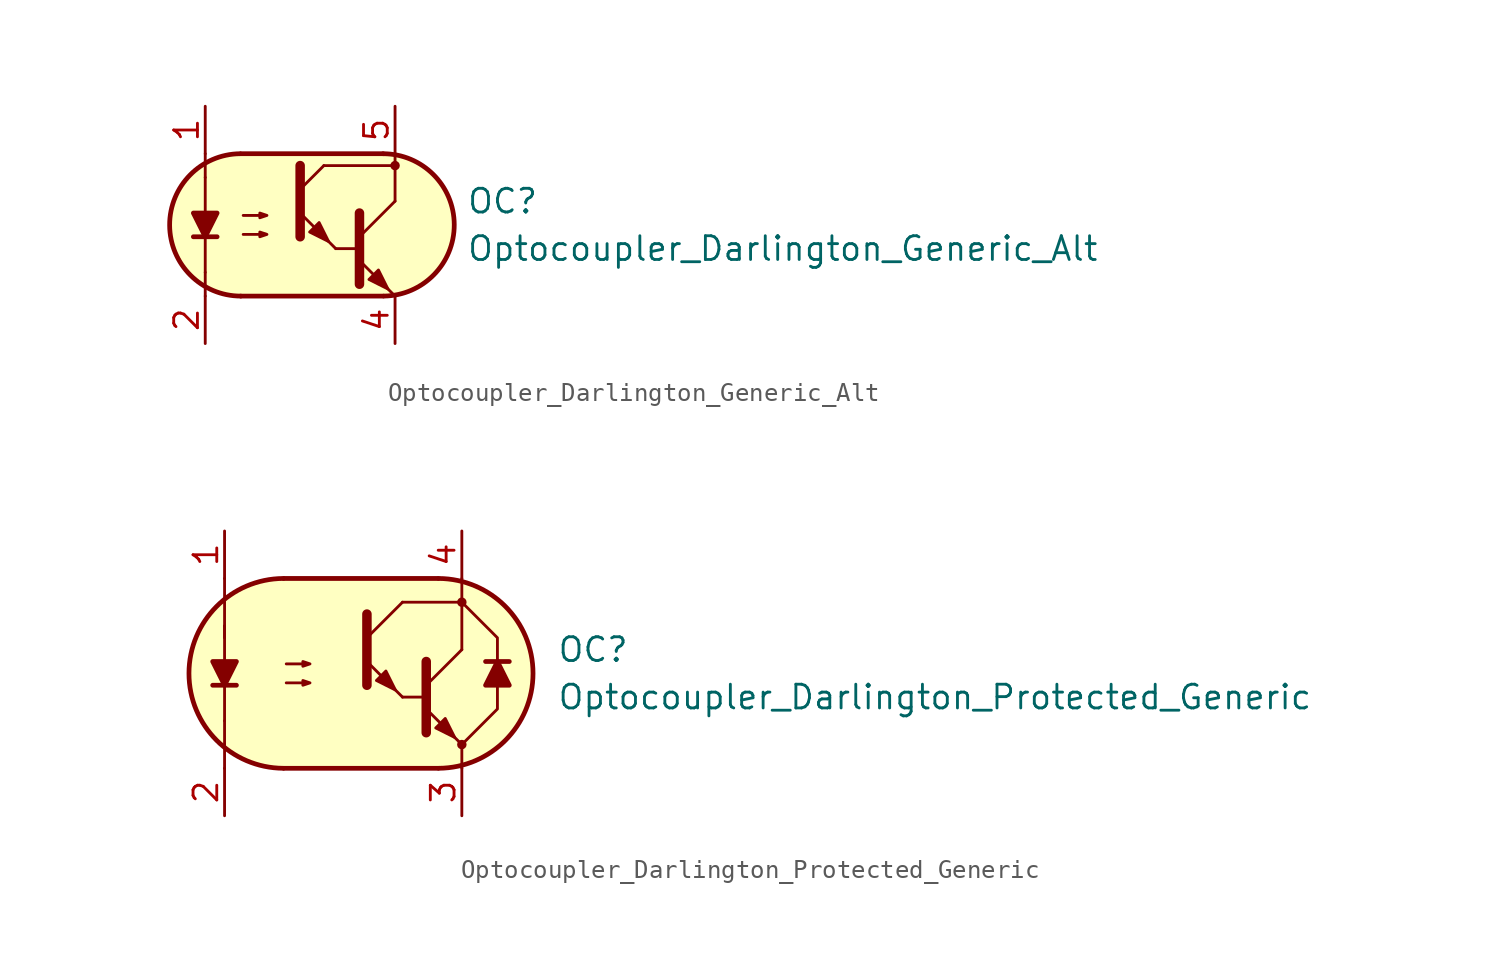
<source format=kicad_sym>
(kicad_symbol_lib
  (version 20211014)
  (generator kicad_symbol_editor)
  (symbol "Optocoupler_Darlington_Generic_Alt"
    (pin_names
      (offset 1.016))
    (property "Reference" "OC"
      (at 8.89 1.27 0)
      (effects (font (size 1.27 1.27)) (justify left)))
    (property "Value" "Optocoupler_Darlington_Generic_Alt"
      (at 8.89 -1.27 0)
      (effects (font (size 1.27 1.27)) (justify left)))
    (symbol "Optocoupler_Darlington_Generic_Alt_0_1"
      (arc (start -3.2135 3.8099) (mid -6.9851 -0.016) (end -3.1816 -3.8101) (stroke (width 0.254) (type default) (color 0 0 0 0)) (fill (type none)))
      (polyline (pts (xy -5.08 -2.54) (xy -5.08 -3.81)) (stroke (width 0.152) (type default) (color 0 0 0 0)) (fill (type none)))
      (polyline (pts (xy -5.08 -2.54) (xy -5.08 2.54)) (stroke (width 0.152) (type default) (color 0 0 0 0)) (fill (type none)))
      (polyline (pts (xy -5.08 2.54) (xy -5.08 3.81)) (stroke (width 0.152) (type default) (color 0 0 0 0)) (fill (type none)))
      (polyline (pts (xy -3.175 -3.81) (xy 4.445 -3.81)) (stroke (width 0.254) (type default) (color 0 0 0 0)) (fill (type none)))
      (polyline (pts (xy 1.27 3.175) (xy 5.08 3.175)) (stroke (width 0.152) (type default) (color 0 0 0 0)) (fill (type none)))
      (polyline (pts (xy 1.905 -1.27) (xy 3.175 -1.27)) (stroke (width 0) (type default) (color 0 0 0 0)) (fill (type none)))
      (polyline (pts (xy 3.175 -0.635) (xy 5.08 1.27)) (stroke (width 0) (type default) (color 0 0 0 0)) (fill (type none)))
      (polyline (pts (xy 4.445 3.81) (xy -3.175 3.81)) (stroke (width 0.254) (type default) (color 0 0 0 0)) (fill (type none)))
      (polyline (pts (xy 5.08 -3.81) (xy 3.175 -1.905)) (stroke (width 0) (type default) (color 0 0 0 0)) (fill (type outline)))
      (polyline (pts (xy 5.08 1.27) (xy 5.08 3.81)) (stroke (width 0.152) (type default) (color 0 0 0 0)) (fill (type none)))
      (polyline (pts (xy 3.175 0.635) (xy 3.175 -3.175) (xy 3.175 -3.175)) (stroke (width 0.508) (type default) (color 0 0 0 0)) (fill (type none)))
      (polyline (pts (xy -3.048 -0.508) (xy -1.778 -0.508) (xy -2.159 -0.635) (xy -2.159 -0.381) (xy -1.778 -0.508)) (stroke (width 0) (type default) (color 0 0 0 0)) (fill (type none)))
      (polyline (pts (xy -3.048 0.508) (xy -1.778 0.508) (xy -2.159 0.381) (xy -2.159 0.635) (xy -1.778 0.508)) (stroke (width 0) (type default) (color 0 0 0 0)) (fill (type none)))
      (polyline (pts (xy 3.683 -2.921) (xy 4.191 -2.413) (xy 4.699 -3.429) (xy 3.683 -2.921) (xy 3.683 -2.921)) (stroke (width 0) (type default) (color 0 0 0 0)) (fill (type outline)))
      (polyline (pts (xy 4.445 3.81) (xy -2.921 3.81) (xy -3.302 3.81) (xy -3.556 3.81) (xy -4.191 3.683) (xy -4.826 3.429) (xy -5.334 3.175) (xy -6.223 2.286) (xy -6.858 1.016) (xy -6.985 -0.127) (xy -6.731 -1.27) (xy -6.096 -2.413) (xy -5.08 -3.302) (xy -3.556 -3.81) (xy 4.826 -3.81) (xy 5.842 -3.556) (xy 6.858 -2.921) (xy 7.62 -2.159) (xy 8.001 -1.397) (xy 8.255 -0.127) (xy 8.128 0.889) (xy 7.874 1.651) (xy 7.493 2.286) (xy 6.985 2.794) (xy 6.35 3.302) (xy 5.461 3.683) (xy 4.445 3.81)) (stroke (width 0.01) (type default) (color 0 0 0 0)) (fill (type background)))
      (arc (start 4.4769 -3.81) (mid 8.2485 0.0159) (end 4.445 3.81) (stroke (width 0.254) (type default) (color 0 0 0 0)) (fill (type none))))
    (symbol "Optocoupler_Darlington_Generic_Alt_1_1"
      (polyline (pts (xy -5.715 -0.635) (xy -4.445 -0.635)) (stroke (width 0.254) (type default) (color 0 0 0 0)) (fill (type none)))
      (polyline (pts (xy 0 1.905) (xy 1.27 3.175)) (stroke (width 0) (type default) (color 0 0 0 0)) (fill (type none)))
      (polyline (pts (xy 1.905 -1.27) (xy 0 0.635)) (stroke (width 0) (type default) (color 0 0 0 0)) (fill (type outline)))
      (polyline (pts (xy 0 3.175) (xy 0 -0.635) (xy 0 -0.635)) (stroke (width 0.508) (type default) (color 0 0 0 0)) (fill (type none)))
      (polyline (pts (xy -5.08 -0.635) (xy -5.715 0.635) (xy -4.445 0.635) (xy -5.08 -0.635)) (stroke (width 0.254) (type default) (color 0 0 0 0)) (fill (type outline)))
      (polyline (pts (xy 0.508 -0.381) (xy 1.016 0.127) (xy 1.524 -0.889) (xy 0.508 -0.381) (xy 0.508 -0.381)) (stroke (width 0) (type default) (color 0 0 0 0)) (fill (type outline)))
      (circle (center 5.08 3.175) (radius 0.178) (stroke (width 0) (type default) (color 0 0 0 0)) (fill (type outline)))
      (pin passive line (at -5.08 6.35 270) (length 2.54) (name "~" (effects (font (size 1.27 1.27)))) (number "1" (effects (font (size 1.27 1.27)))))
      (pin passive line (at -5.08 -6.35 90) (length 2.54) (name "~" (effects (font (size 1.27 1.27)))) (number "2" (effects (font (size 1.27 1.27)))))
      (pin passive line (at 5.08 -6.35 90) (length 2.54) (name "~" (effects (font (size 1.27 1.27)))) (number "4" (effects (font (size 1.27 1.27)))))
      (pin passive line (at 5.08 6.35 270) (length 2.54) (name "~" (effects (font (size 1.27 1.27)))) (number "5" (effects (font (size 1.27 1.27)))))))
  (symbol "Optocoupler_Darlington_Protected_Generic"
    (pin_names
      (offset 1.016))
    (property "Reference" "OC"
      (at 10.16 1.27 0)
      (effects (font (size 1.27 1.27)) (justify left)))
    (property "Value" "Optocoupler_Darlington_Protected_Generic"
      (at 10.16 -1.27 0)
      (effects (font (size 1.27 1.27)) (justify left)))
    (symbol "Optocoupler_Darlington_Protected_Generic_0_1"
      (arc (start -4.4769 5.08) (mid -9.5251 0) (end -4.4769 -5.08) (stroke (width 0.254) (type default) (color 0 0 0 0)) (fill (type none)))
      (polyline (pts (xy -7.62 -3.81) (xy -7.62 -5.08)) (stroke (width 0.152) (type default) (color 0 0 0 0)) (fill (type none)))
      (polyline (pts (xy -7.62 -2.54) (xy -7.62 -3.81)) (stroke (width 0.152) (type default) (color 0 0 0 0)) (fill (type none)))
      (polyline (pts (xy -7.62 -2.54) (xy -7.62 2.54)) (stroke (width 0.152) (type default) (color 0 0 0 0)) (fill (type none)))
      (polyline (pts (xy -7.62 1.905) (xy -7.62 2.54)) (stroke (width 0.152) (type default) (color 0 0 0 0)) (fill (type none)))
      (polyline (pts (xy -7.62 2.54) (xy -7.62 3.81)) (stroke (width 0.152) (type default) (color 0 0 0 0)) (fill (type none)))
      (polyline (pts (xy -7.62 3.81) (xy -7.62 5.08)) (stroke (width 0.152) (type default) (color 0 0 0 0)) (fill (type none)))
      (polyline (pts (xy -4.445 -5.08) (xy 3.81 -5.08)) (stroke (width 0.254) (type default) (color 0 0 0 0)) (fill (type none)))
      (polyline (pts (xy 1.905 -1.27) (xy 3.175 -1.27)) (stroke (width 0) (type default) (color 0 0 0 0)) (fill (type none)))
      (polyline (pts (xy 1.905 3.81) (xy 5.08 3.81)) (stroke (width 0.152) (type default) (color 0 0 0 0)) (fill (type none)))
      (polyline (pts (xy 3.175 -0.635) (xy 5.08 1.27)) (stroke (width 0) (type default) (color 0 0 0 0)) (fill (type none)))
      (polyline (pts (xy 3.81 5.08) (xy -4.445 5.08)) (stroke (width 0.254) (type default) (color 0 0 0 0)) (fill (type none)))
      (polyline (pts (xy 5.08 -3.81) (xy 3.175 -1.905)) (stroke (width 0) (type default) (color 0 0 0 0)) (fill (type outline)))
      (polyline (pts (xy 5.08 -3.81) (xy 5.08 -5.08)) (stroke (width 0.152) (type default) (color 0 0 0 0)) (fill (type none)))
      (polyline (pts (xy 5.08 1.27) (xy 5.08 3.81)) (stroke (width 0.152) (type default) (color 0 0 0 0)) (fill (type none)))
      (polyline (pts (xy 5.08 3.81) (xy 5.08 5.08)) (stroke (width 0.152) (type default) (color 0 0 0 0)) (fill (type none)))
      (polyline (pts (xy 7.62 0.635) (xy 6.35 0.635)) (stroke (width 0.254) (type default) (color 0 0 0 0)) (fill (type none)))
      (polyline (pts (xy 3.175 0.635) (xy 3.175 -3.175) (xy 3.175 -3.175)) (stroke (width 0.508) (type default) (color 0 0 0 0)) (fill (type none)))
      (polyline (pts (xy 5.08 -3.81) (xy 6.985 -1.905) (xy 6.985 1.905) (xy 5.08 3.81)) (stroke (width 0.152) (type default) (color 0 0 0 0)) (fill (type none)))
      (polyline (pts (xy 6.985 0.635) (xy 7.62 -0.635) (xy 6.35 -0.635) (xy 6.985 0.635)) (stroke (width 0.254) (type default) (color 0 0 0 0)) (fill (type outline)))
      (polyline (pts (xy -4.318 -0.508) (xy -3.048 -0.508) (xy -3.429 -0.635) (xy -3.429 -0.381) (xy -3.048 -0.508)) (stroke (width 0) (type default) (color 0 0 0 0)) (fill (type none)))
      (polyline (pts (xy -4.318 0.508) (xy -3.048 0.508) (xy -3.429 0.381) (xy -3.429 0.635) (xy -3.048 0.508)) (stroke (width 0) (type default) (color 0 0 0 0)) (fill (type none)))
      (polyline (pts (xy 3.683 -2.921) (xy 4.191 -2.413) (xy 4.699 -3.429) (xy 3.683 -2.921) (xy 3.683 -2.921)) (stroke (width 0) (type default) (color 0 0 0 0)) (fill (type outline)))
      (polyline (pts (xy -4.445 5.08) (xy -5.588 4.953) (xy -6.604 4.572) (xy -7.874 3.81) (xy -8.763 2.794) (xy -9.271 1.524) (xy -9.525 0) (xy -9.271 -1.524) (xy -8.636 -2.794) (xy -8.128 -3.429) (xy -7.112 -4.318) (xy -6.35 -4.699) (xy -5.461 -4.953) (xy -4.445 -5.08) (xy 3.81 -5.08) (xy 5.08 -4.953) (xy 6.35 -4.445) (xy 7.366 -3.683) (xy 8.128 -2.667) (xy 8.636 -1.651) (xy 8.89 -0.381) (xy 8.89 0.635) (xy 8.636 1.651) (xy 8.001 2.921) (xy 6.858 4.064) (xy 5.715 4.699) (xy 4.445 5.08) (xy 3.81 5.08) (xy -4.445 5.08)) (stroke (width 0.01) (type default) (color 0 0 0 0)) (fill (type background)))
      (arc (start 3.8419 -5.08) (mid 8.8901 0) (end 3.8419 5.08) (stroke (width 0.254) (type default) (color 0 0 0 0)) (fill (type none))))
    (symbol "Optocoupler_Darlington_Protected_Generic_1_1"
      (polyline (pts (xy -8.255 -0.635) (xy -6.985 -0.635)) (stroke (width 0.254) (type default) (color 0 0 0 0)) (fill (type none)))
      (polyline (pts (xy 0 1.905) (xy 1.905 3.81)) (stroke (width 0) (type default) (color 0 0 0 0)) (fill (type none)))
      (polyline (pts (xy 1.905 -1.27) (xy 0 0.635)) (stroke (width 0) (type default) (color 0 0 0 0)) (fill (type outline)))
      (polyline (pts (xy 0 3.175) (xy 0 -0.635) (xy 0 -0.635)) (stroke (width 0.508) (type default) (color 0 0 0 0)) (fill (type none)))
      (polyline (pts (xy -7.62 -0.635) (xy -8.255 0.635) (xy -6.985 0.635) (xy -7.62 -0.635)) (stroke (width 0.254) (type default) (color 0 0 0 0)) (fill (type outline)))
      (polyline (pts (xy 0.508 -0.381) (xy 1.016 0.127) (xy 1.524 -0.889) (xy 0.508 -0.381) (xy 0.508 -0.381)) (stroke (width 0) (type default) (color 0 0 0 0)) (fill (type outline)))
      (circle (center 5.08 -3.81) (radius 0.178) (stroke (width 0) (type default) (color 0 0 0 0)) (fill (type outline)))
      (circle (center 5.08 3.81) (radius 0.178) (stroke (width 0) (type default) (color 0 0 0 0)) (fill (type outline)))
      (pin passive line (at -7.62 7.62 270) (length 2.54) (name "~" (effects (font (size 1.27 1.27)))) (number "1" (effects (font (size 1.27 1.27)))))
      (pin passive line (at -7.62 -7.62 90) (length 2.54) (name "~" (effects (font (size 1.27 1.27)))) (number "2" (effects (font (size 1.27 1.27)))))
      (pin passive line (at 5.08 -7.62 90) (length 2.54) (name "~" (effects (font (size 1.27 1.27)))) (number "3" (effects (font (size 1.27 1.27)))))
      (pin passive line (at 5.08 7.62 270) (length 2.54) (name "~" (effects (font (size 1.27 1.27)))) (number "4" (effects (font (size 1.27 1.27))))))))
</source>
